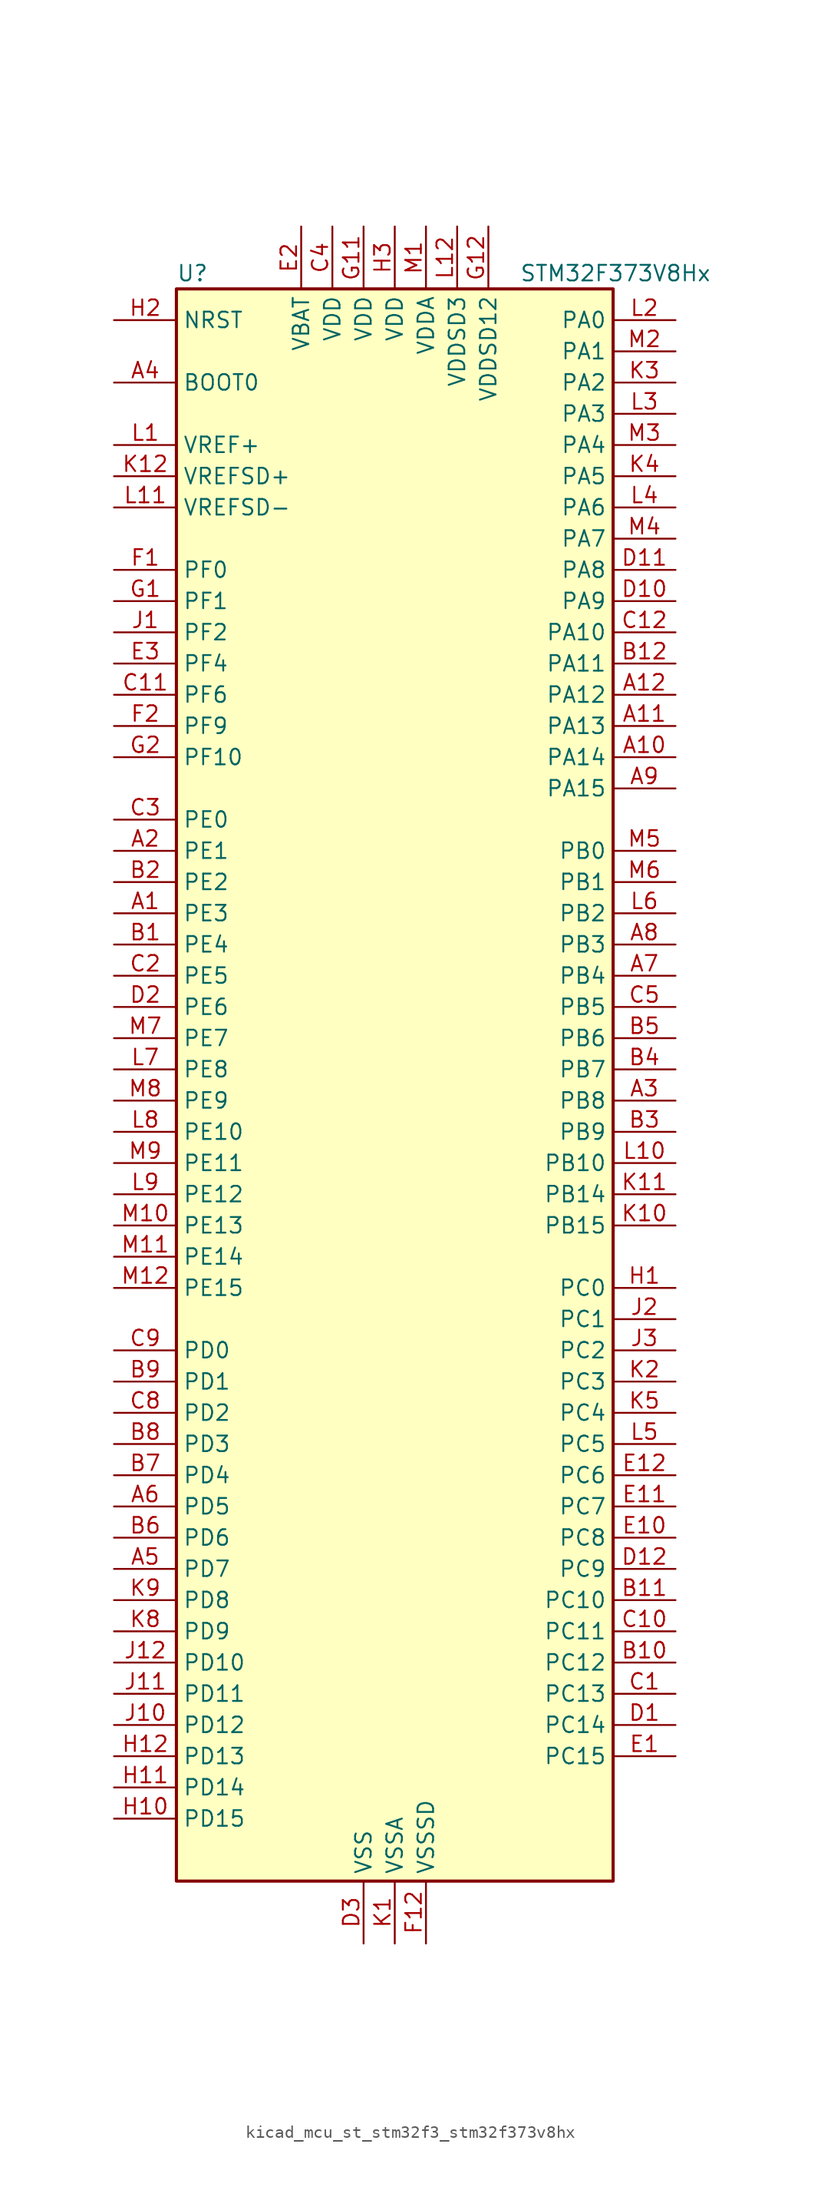
<source format=kicad_sym>
(kicad_symbol_lib
  (version 20220914)
  (generator kicad_symbol_editor)
  (symbol "kicad_mcu_st_stm32f3_stm32f373v8hx"
    (property "Reference" "U"
      (at -17.78 67.31 0)
      (effects (font (size 1.27 1.27)) (justify left)))
    (property "Value" "STM32F373V8Hx"
      (at 10.16 67.31 0)
      (effects (font (size 1.27 1.27)) (justify left)))
    (property "ki_locked" ""
      (at 0 0 0)
      (effects (font (size 1.27 1.27))))
    (symbol "kicad_mcu_st_stm32f3_stm32f373v8hx_0_1"
      (rectangle (start -17.78 -63.5) (end 17.78 66.04) (stroke (width 0.254) (type default)) (fill (type background))))
    (symbol "kicad_mcu_st_stm32f3_stm32f373v8hx_1_1"
      (pin bidirectional line (at -22.86 15.24 0) (length 5.08) (name "PE3" (effects (font (size 1.27 1.27)))) (number "A1" (effects (font (size 1.27 1.27)))) (alternate "SYS_TRACED0" bidirectional line) (alternate "TSC_G7_IO2" bidirectional line))
      (pin bidirectional line (at 22.86 27.94 180) (length 5.08) (name "PA14" (effects (font (size 1.27 1.27)))) (number "A10" (effects (font (size 1.27 1.27)))) (alternate "I2C1_SDA" bidirectional line) (alternate "SYS_JTCK-SWCLK" bidirectional line) (alternate "TIM12_CH1" bidirectional line) (alternate "TSC_G4_IO4" bidirectional line))
      (pin bidirectional line (at 22.86 30.48 180) (length 5.08) (name "PA13" (effects (font (size 1.27 1.27)))) (number "A11" (effects (font (size 1.27 1.27)))) (alternate "I2S1_MCK" bidirectional line) (alternate "IR_OUT" bidirectional line) (alternate "SPI1_MISO" bidirectional line) (alternate "SYS_JTMS-SWDIO" bidirectional line) (alternate "TIM16_CH1N" bidirectional line) (alternate "TIM4_CH3" bidirectional line) (alternate "TIM5_CH4" bidirectional line) (alternate "TSC_G4_IO3" bidirectional line) (alternate "USART3_CTS" bidirectional line))
      (pin bidirectional line (at 22.86 33.02 180) (length 5.08) (name "PA12" (effects (font (size 1.27 1.27)))) (number "A12" (effects (font (size 1.27 1.27)))) (alternate "CAN_TX" bidirectional line) (alternate "COMP2_OUT" bidirectional line) (alternate "I2S1_CK" bidirectional line) (alternate "SPI1_SCK" bidirectional line) (alternate "TIM16_CH1" bidirectional line) (alternate "TIM4_CH2" bidirectional line) (alternate "TIM5_CH3" bidirectional line) (alternate "USART1_DE" bidirectional line) (alternate "USART1_RTS" bidirectional line) (alternate "USB_DP" bidirectional line))
      (pin bidirectional line (at -22.86 20.32 0) (length 5.08) (name "PE1" (effects (font (size 1.27 1.27)))) (number "A2" (effects (font (size 1.27 1.27)))) (alternate "USART1_RX" bidirectional line))
      (pin bidirectional line (at 22.86 0 180) (length 5.08) (name "PB8" (effects (font (size 1.27 1.27)))) (number "A3" (effects (font (size 1.27 1.27)))) (alternate "CAN_RX" bidirectional line) (alternate "CEC" bidirectional line) (alternate "COMP1_OUT" bidirectional line) (alternate "I2C1_SCL" bidirectional line) (alternate "I2S2_CK" bidirectional line) (alternate "SPI2_SCK" bidirectional line) (alternate "TIM16_CH1" bidirectional line) (alternate "TIM19_CH3" bidirectional line) (alternate "TIM4_CH3" bidirectional line) (alternate "TSC_SYNC" bidirectional line) (alternate "USART3_TX" bidirectional line))
      (pin input line (at -22.86 58.42 0) (length 5.08) (name "BOOT0" (effects (font (size 1.27 1.27)))) (number "A4" (effects (font (size 1.27 1.27)))))
      (pin bidirectional line (at -22.86 -38.1 0) (length 5.08) (name "PD7" (effects (font (size 1.27 1.27)))) (number "A5" (effects (font (size 1.27 1.27)))) (alternate "I2S2_CK" bidirectional line) (alternate "SPI2_SCK" bidirectional line) (alternate "USART2_CK" bidirectional line))
      (pin bidirectional line (at -22.86 -33.02 0) (length 5.08) (name "PD5" (effects (font (size 1.27 1.27)))) (number "A6" (effects (font (size 1.27 1.27)))) (alternate "USART2_TX" bidirectional line))
      (pin bidirectional line (at 22.86 10.16 180) (length 5.08) (name "PB4" (effects (font (size 1.27 1.27)))) (number "A7" (effects (font (size 1.27 1.27)))) (alternate "I2S1_MCK" bidirectional line) (alternate "I2S3_MCK" bidirectional line) (alternate "SPI1_MISO" bidirectional line) (alternate "SPI3_MISO" bidirectional line) (alternate "SYS_NJTRST" bidirectional line) (alternate "TIM15_CH1N" bidirectional line) (alternate "TIM16_CH1" bidirectional line) (alternate "TIM17_BKIN" bidirectional line) (alternate "TIM3_CH1" bidirectional line) (alternate "TSC_G5_IO2" bidirectional line) (alternate "USART2_RX" bidirectional line))
      (pin bidirectional line (at 22.86 12.7 180) (length 5.08) (name "PB3" (effects (font (size 1.27 1.27)))) (number "A8" (effects (font (size 1.27 1.27)))) (alternate "I2S1_CK" bidirectional line) (alternate "I2S3_CK" bidirectional line) (alternate "SPI1_SCK" bidirectional line) (alternate "SPI3_SCK" bidirectional line) (alternate "SYS_JTDO-TRACESWO" bidirectional line) (alternate "TIM13_CH1" bidirectional line) (alternate "TIM2_CH2" bidirectional line) (alternate "TIM3_ETR" bidirectional line) (alternate "TIM4_ETR" bidirectional line) (alternate "TSC_G5_IO1" bidirectional line) (alternate "USART2_TX" bidirectional line))
      (pin bidirectional line (at 22.86 25.4 180) (length 5.08) (name "PA15" (effects (font (size 1.27 1.27)))) (number "A9" (effects (font (size 1.27 1.27)))) (alternate "ADC1_EXTI15" bidirectional line) (alternate "I2C1_SCL" bidirectional line) (alternate "I2S1_WS" bidirectional line) (alternate "I2S3_WS" bidirectional line) (alternate "SDADC1_EXTI15" bidirectional line) (alternate "SDADC2_EXTI15" bidirectional line) (alternate "SDADC3_EXTI15" bidirectional line) (alternate "SPI1_NSS" bidirectional line) (alternate "SPI3_NSS" bidirectional line) (alternate "SYS_JTDI" bidirectional line) (alternate "TIM12_CH2" bidirectional line) (alternate "TIM2_CH1" bidirectional line) (alternate "TIM2_ETR" bidirectional line) (alternate "TSC_SYNC" bidirectional line))
      (pin bidirectional line (at -22.86 12.7 0) (length 5.08) (name "PE4" (effects (font (size 1.27 1.27)))) (number "B1" (effects (font (size 1.27 1.27)))) (alternate "SYS_TRACED1" bidirectional line) (alternate "TSC_G7_IO3" bidirectional line))
      (pin bidirectional line (at 22.86 -45.72 180) (length 5.08) (name "PC12" (effects (font (size 1.27 1.27)))) (number "B10" (effects (font (size 1.27 1.27)))) (alternate "I2S3_SD" bidirectional line) (alternate "SPI3_MOSI" bidirectional line) (alternate "TIM19_CH3" bidirectional line) (alternate "USART3_CK" bidirectional line))
      (pin bidirectional line (at 22.86 -40.64 180) (length 5.08) (name "PC10" (effects (font (size 1.27 1.27)))) (number "B11" (effects (font (size 1.27 1.27)))) (alternate "I2S3_CK" bidirectional line) (alternate "SPI3_SCK" bidirectional line) (alternate "TIM19_CH1" bidirectional line) (alternate "USART3_TX" bidirectional line))
      (pin bidirectional line (at 22.86 35.56 180) (length 5.08) (name "PA11" (effects (font (size 1.27 1.27)))) (number "B12" (effects (font (size 1.27 1.27)))) (alternate "ADC1_EXTI11" bidirectional line) (alternate "CAN_RX" bidirectional line) (alternate "COMP1_OUT" bidirectional line) (alternate "I2S1_WS" bidirectional line) (alternate "I2S2_WS" bidirectional line) (alternate "SDADC1_EXTI11" bidirectional line) (alternate "SDADC2_EXTI11" bidirectional line) (alternate "SDADC3_EXTI11" bidirectional line) (alternate "SPI1_NSS" bidirectional line) (alternate "SPI2_NSS" bidirectional line) (alternate "TIM4_CH1" bidirectional line) (alternate "TIM5_CH2" bidirectional line) (alternate "USART1_CTS" bidirectional line) (alternate "USB_DM" bidirectional line))
      (pin bidirectional line (at -22.86 17.78 0) (length 5.08) (name "PE2" (effects (font (size 1.27 1.27)))) (number "B2" (effects (font (size 1.27 1.27)))) (alternate "SYS_TRACECK" bidirectional line) (alternate "TSC_G7_IO1" bidirectional line))
      (pin bidirectional line (at 22.86 -2.54 180) (length 5.08) (name "PB9" (effects (font (size 1.27 1.27)))) (number "B3" (effects (font (size 1.27 1.27)))) (alternate "CAN_TX" bidirectional line) (alternate "COMP2_OUT" bidirectional line) (alternate "DAC1_EXTI9" bidirectional line) (alternate "DAC2_EXTI9" bidirectional line) (alternate "I2C1_SDA" bidirectional line) (alternate "I2S2_WS" bidirectional line) (alternate "IR_OUT" bidirectional line) (alternate "SPI2_NSS" bidirectional line) (alternate "TIM17_CH1" bidirectional line) (alternate "TIM19_CH4" bidirectional line) (alternate "TIM4_CH4" bidirectional line) (alternate "USART3_RX" bidirectional line))
      (pin bidirectional line (at 22.86 2.54 180) (length 5.08) (name "PB7" (effects (font (size 1.27 1.27)))) (number "B4" (effects (font (size 1.27 1.27)))) (alternate "I2C1_SDA" bidirectional line) (alternate "TIM15_CH2" bidirectional line) (alternate "TIM17_CH1N" bidirectional line) (alternate "TIM19_CH2" bidirectional line) (alternate "TIM3_CH4" bidirectional line) (alternate "TIM4_CH2" bidirectional line) (alternate "TSC_G5_IO4" bidirectional line) (alternate "USART1_RX" bidirectional line))
      (pin bidirectional line (at 22.86 5.08 180) (length 5.08) (name "PB6" (effects (font (size 1.27 1.27)))) (number "B5" (effects (font (size 1.27 1.27)))) (alternate "I2C1_SCL" bidirectional line) (alternate "TIM15_CH1" bidirectional line) (alternate "TIM16_CH1N" bidirectional line) (alternate "TIM19_CH1" bidirectional line) (alternate "TIM3_CH3" bidirectional line) (alternate "TIM4_CH1" bidirectional line) (alternate "TSC_G5_IO3" bidirectional line) (alternate "USART1_TX" bidirectional line))
      (pin bidirectional line (at -22.86 -35.56 0) (length 5.08) (name "PD6" (effects (font (size 1.27 1.27)))) (number "B6" (effects (font (size 1.27 1.27)))) (alternate "I2S2_WS" bidirectional line) (alternate "SPI2_NSS" bidirectional line) (alternate "USART2_RX" bidirectional line))
      (pin bidirectional line (at -22.86 -30.48 0) (length 5.08) (name "PD4" (effects (font (size 1.27 1.27)))) (number "B7" (effects (font (size 1.27 1.27)))) (alternate "I2S2_SD" bidirectional line) (alternate "SPI2_MOSI" bidirectional line) (alternate "USART2_DE" bidirectional line) (alternate "USART2_RTS" bidirectional line))
      (pin bidirectional line (at -22.86 -27.94 0) (length 5.08) (name "PD3" (effects (font (size 1.27 1.27)))) (number "B8" (effects (font (size 1.27 1.27)))) (alternate "I2S2_MCK" bidirectional line) (alternate "SPI2_MISO" bidirectional line) (alternate "USART2_CTS" bidirectional line))
      (pin bidirectional line (at -22.86 -22.86 0) (length 5.08) (name "PD1" (effects (font (size 1.27 1.27)))) (number "B9" (effects (font (size 1.27 1.27)))) (alternate "CAN_TX" bidirectional line) (alternate "TIM19_ETR" bidirectional line))
      (pin bidirectional line (at 22.86 -48.26 180) (length 5.08) (name "PC13" (effects (font (size 1.27 1.27)))) (number "C1" (effects (font (size 1.27 1.27)))) (alternate "RTC_OUT_ALARM" bidirectional line) (alternate "RTC_OUT_CALIB" bidirectional line) (alternate "RTC_TAMP1" bidirectional line) (alternate "RTC_TS" bidirectional line) (alternate "SYS_WKUP2" bidirectional line))
      (pin bidirectional line (at 22.86 -43.18 180) (length 5.08) (name "PC11" (effects (font (size 1.27 1.27)))) (number "C10" (effects (font (size 1.27 1.27)))) (alternate "ADC1_EXTI11" bidirectional line) (alternate "I2S3_MCK" bidirectional line) (alternate "SDADC1_EXTI11" bidirectional line) (alternate "SDADC2_EXTI11" bidirectional line) (alternate "SDADC3_EXTI11" bidirectional line) (alternate "SPI3_MISO" bidirectional line) (alternate "TIM19_CH2" bidirectional line) (alternate "USART3_RX" bidirectional line))
      (pin bidirectional line (at -22.86 33.02 0) (length 5.08) (name "PF6" (effects (font (size 1.27 1.27)))) (number "C11" (effects (font (size 1.27 1.27)))) (alternate "I2C2_SCL" bidirectional line) (alternate "I2S1_SD" bidirectional line) (alternate "SPI1_MOSI" bidirectional line) (alternate "TIM4_CH4" bidirectional line) (alternate "USART3_DE" bidirectional line) (alternate "USART3_RTS" bidirectional line))
      (pin bidirectional line (at 22.86 38.1 180) (length 5.08) (name "PA10" (effects (font (size 1.27 1.27)))) (number "C12" (effects (font (size 1.27 1.27)))) (alternate "I2C2_SDA" bidirectional line) (alternate "I2S2_SD" bidirectional line) (alternate "SPI2_MOSI" bidirectional line) (alternate "TIM14_CH1" bidirectional line) (alternate "TIM17_BKIN" bidirectional line) (alternate "TIM2_CH4" bidirectional line) (alternate "TSC_G4_IO2" bidirectional line) (alternate "USART1_RX" bidirectional line))
      (pin bidirectional line (at -22.86 10.16 0) (length 5.08) (name "PE5" (effects (font (size 1.27 1.27)))) (number "C2" (effects (font (size 1.27 1.27)))) (alternate "SYS_TRACED2" bidirectional line) (alternate "TSC_G7_IO4" bidirectional line))
      (pin bidirectional line (at -22.86 22.86 0) (length 5.08) (name "PE0" (effects (font (size 1.27 1.27)))) (number "C3" (effects (font (size 1.27 1.27)))) (alternate "TIM4_ETR" bidirectional line) (alternate "USART1_TX" bidirectional line))
      (pin power_in line (at -5.08 71.12 270) (length 5.08) (name "VDD" (effects (font (size 1.27 1.27)))) (number "C4" (effects (font (size 1.27 1.27)))))
      (pin bidirectional line (at 22.86 7.62 180) (length 5.08) (name "PB5" (effects (font (size 1.27 1.27)))) (number "C5" (effects (font (size 1.27 1.27)))) (alternate "I2C1_SMBA" bidirectional line) (alternate "I2S1_SD" bidirectional line) (alternate "I2S3_SD" bidirectional line) (alternate "SPI1_MOSI" bidirectional line) (alternate "SPI3_MOSI" bidirectional line) (alternate "TIM16_BKIN" bidirectional line) (alternate "TIM17_CH1" bidirectional line) (alternate "TIM19_ETR" bidirectional line) (alternate "TIM3_CH2" bidirectional line) (alternate "USART2_CK" bidirectional line))
      (pin bidirectional line (at -22.86 -25.4 0) (length 5.08) (name "PD2" (effects (font (size 1.27 1.27)))) (number "C8" (effects (font (size 1.27 1.27)))) (alternate "TIM3_ETR" bidirectional line))
      (pin bidirectional line (at -22.86 -20.32 0) (length 5.08) (name "PD0" (effects (font (size 1.27 1.27)))) (number "C9" (effects (font (size 1.27 1.27)))) (alternate "CAN_RX" bidirectional line) (alternate "TIM19_CH4" bidirectional line))
      (pin bidirectional line (at 22.86 -50.8 180) (length 5.08) (name "PC14" (effects (font (size 1.27 1.27)))) (number "D1" (effects (font (size 1.27 1.27)))) (alternate "RCC_OSC32_IN" bidirectional line))
      (pin bidirectional line (at 22.86 40.64 180) (length 5.08) (name "PA9" (effects (font (size 1.27 1.27)))) (number "D10" (effects (font (size 1.27 1.27)))) (alternate "DAC1_EXTI9" bidirectional line) (alternate "DAC2_EXTI9" bidirectional line) (alternate "I2C2_SCL" bidirectional line) (alternate "I2S2_MCK" bidirectional line) (alternate "SPI2_MISO" bidirectional line) (alternate "TIM13_CH1" bidirectional line) (alternate "TIM15_BKIN" bidirectional line) (alternate "TIM2_CH3" bidirectional line) (alternate "TSC_G4_IO1" bidirectional line) (alternate "USART1_TX" bidirectional line))
      (pin bidirectional line (at 22.86 43.18 180) (length 5.08) (name "PA8" (effects (font (size 1.27 1.27)))) (number "D11" (effects (font (size 1.27 1.27)))) (alternate "I2C2_SMBA" bidirectional line) (alternate "I2S2_CK" bidirectional line) (alternate "RCC_MCO" bidirectional line) (alternate "SPI2_SCK" bidirectional line) (alternate "TIM4_ETR" bidirectional line) (alternate "TIM5_CH1" bidirectional line) (alternate "TIM5_ETR" bidirectional line) (alternate "USART1_CK" bidirectional line))
      (pin bidirectional line (at 22.86 -38.1 180) (length 5.08) (name "PC9" (effects (font (size 1.27 1.27)))) (number "D12" (effects (font (size 1.27 1.27)))) (alternate "DAC1_EXTI9" bidirectional line) (alternate "DAC2_EXTI9" bidirectional line) (alternate "I2S1_SD" bidirectional line) (alternate "SPI1_MOSI" bidirectional line) (alternate "TIM3_CH4" bidirectional line))
      (pin bidirectional line (at -22.86 7.62 0) (length 5.08) (name "PE6" (effects (font (size 1.27 1.27)))) (number "D2" (effects (font (size 1.27 1.27)))) (alternate "RTC_TAMP3" bidirectional line) (alternate "SYS_TRACED3" bidirectional line) (alternate "SYS_WKUP3" bidirectional line))
      (pin power_in line (at -2.54 -68.58 90) (length 5.08) (name "VSS" (effects (font (size 1.27 1.27)))) (number "D3" (effects (font (size 1.27 1.27)))))
      (pin bidirectional line (at 22.86 -53.34 180) (length 5.08) (name "PC15" (effects (font (size 1.27 1.27)))) (number "E1" (effects (font (size 1.27 1.27)))) (alternate "ADC1_EXTI15" bidirectional line) (alternate "RCC_OSC32_OUT" bidirectional line) (alternate "SDADC1_EXTI15" bidirectional line) (alternate "SDADC2_EXTI15" bidirectional line) (alternate "SDADC3_EXTI15" bidirectional line))
      (pin bidirectional line (at 22.86 -35.56 180) (length 5.08) (name "PC8" (effects (font (size 1.27 1.27)))) (number "E10" (effects (font (size 1.27 1.27)))) (alternate "I2S1_MCK" bidirectional line) (alternate "SPI1_MISO" bidirectional line) (alternate "TIM3_CH3" bidirectional line))
      (pin bidirectional line (at 22.86 -33.02 180) (length 5.08) (name "PC7" (effects (font (size 1.27 1.27)))) (number "E11" (effects (font (size 1.27 1.27)))) (alternate "I2S1_CK" bidirectional line) (alternate "SPI1_SCK" bidirectional line) (alternate "TIM3_CH2" bidirectional line))
      (pin bidirectional line (at 22.86 -30.48 180) (length 5.08) (name "PC6" (effects (font (size 1.27 1.27)))) (number "E12" (effects (font (size 1.27 1.27)))) (alternate "I2S1_WS" bidirectional line) (alternate "SPI1_NSS" bidirectional line) (alternate "TIM3_CH1" bidirectional line))
      (pin power_in line (at -7.62 71.12 270) (length 5.08) (name "VBAT" (effects (font (size 1.27 1.27)))) (number "E2" (effects (font (size 1.27 1.27)))))
      (pin bidirectional line (at -22.86 35.56 0) (length 5.08) (name "PF4" (effects (font (size 1.27 1.27)))) (number "E3" (effects (font (size 1.27 1.27)))))
      (pin bidirectional line (at -22.86 43.18 0) (length 5.08) (name "PF0" (effects (font (size 1.27 1.27)))) (number "F1" (effects (font (size 1.27 1.27)))) (alternate "I2C2_SDA" bidirectional line) (alternate "RCC_OSC_IN" bidirectional line))
      (pin passive line (at -2.54 -68.58 90) (length 5.08) hide (name "VSS" (effects (font (size 1.27 1.27)))) (number "F11" (effects (font (size 1.27 1.27)))))
      (pin power_in line (at 2.54 -68.58 90) (length 5.08) (name "VSSSD" (effects (font (size 1.27 1.27)))) (number "F12" (effects (font (size 1.27 1.27)))))
      (pin bidirectional line (at -22.86 30.48 0) (length 5.08) (name "PF9" (effects (font (size 1.27 1.27)))) (number "F2" (effects (font (size 1.27 1.27)))) (alternate "DAC1_EXTI9" bidirectional line) (alternate "DAC2_EXTI9" bidirectional line) (alternate "TIM14_CH1" bidirectional line))
      (pin bidirectional line (at -22.86 40.64 0) (length 5.08) (name "PF1" (effects (font (size 1.27 1.27)))) (number "G1" (effects (font (size 1.27 1.27)))) (alternate "I2C2_SCL" bidirectional line) (alternate "RCC_OSC_OUT" bidirectional line))
      (pin power_in line (at -2.54 71.12 270) (length 5.08) (name "VDD" (effects (font (size 1.27 1.27)))) (number "G11" (effects (font (size 1.27 1.27)))))
      (pin power_in line (at 7.62 71.12 270) (length 5.08) (name "VDDSD12" (effects (font (size 1.27 1.27)))) (number "G12" (effects (font (size 1.27 1.27)))))
      (pin bidirectional line (at -22.86 27.94 0) (length 5.08) (name "PF10" (effects (font (size 1.27 1.27)))) (number "G2" (effects (font (size 1.27 1.27)))))
      (pin bidirectional line (at 22.86 -15.24 180) (length 5.08) (name "PC0" (effects (font (size 1.27 1.27)))) (number "H1" (effects (font (size 1.27 1.27)))) (alternate "ADC1_IN10" bidirectional line) (alternate "TIM5_CH1" bidirectional line) (alternate "TIM5_ETR" bidirectional line))
      (pin bidirectional line (at -22.86 -58.42 0) (length 5.08) (name "PD15" (effects (font (size 1.27 1.27)))) (number "H10" (effects (font (size 1.27 1.27)))) (alternate "ADC1_EXTI15" bidirectional line) (alternate "SDADC1_EXTI15" bidirectional line) (alternate "SDADC2_EXTI15" bidirectional line) (alternate "SDADC3_AIN0M" bidirectional line) (alternate "SDADC3_EXTI15" bidirectional line) (alternate "TIM4_CH4" bidirectional line) (alternate "TSC_G8_IO4" bidirectional line))
      (pin bidirectional line (at -22.86 -55.88 0) (length 5.08) (name "PD14" (effects (font (size 1.27 1.27)))) (number "H11" (effects (font (size 1.27 1.27)))) (alternate "SDADC3_AIN0P" bidirectional line) (alternate "TIM4_CH3" bidirectional line) (alternate "TSC_G8_IO3" bidirectional line))
      (pin bidirectional line (at -22.86 -53.34 0) (length 5.08) (name "PD13" (effects (font (size 1.27 1.27)))) (number "H12" (effects (font (size 1.27 1.27)))) (alternate "SDADC3_AIN1P" bidirectional line) (alternate "SDADC3_AIN2M" bidirectional line) (alternate "TIM4_CH2" bidirectional line) (alternate "TSC_G8_IO2" bidirectional line))
      (pin input line (at -22.86 63.5 0) (length 5.08) (name "NRST" (effects (font (size 1.27 1.27)))) (number "H2" (effects (font (size 1.27 1.27)))))
      (pin power_in line (at 0 71.12 270) (length 5.08) (name "VDD" (effects (font (size 1.27 1.27)))) (number "H3" (effects (font (size 1.27 1.27)))))
      (pin bidirectional line (at -22.86 38.1 0) (length 5.08) (name "PF2" (effects (font (size 1.27 1.27)))) (number "J1" (effects (font (size 1.27 1.27)))) (alternate "I2C2_SMBA" bidirectional line))
      (pin bidirectional line (at -22.86 -50.8 0) (length 5.08) (name "PD12" (effects (font (size 1.27 1.27)))) (number "J10" (effects (font (size 1.27 1.27)))) (alternate "SDADC3_AIN2P" bidirectional line) (alternate "TIM4_CH1" bidirectional line) (alternate "TSC_G8_IO1" bidirectional line) (alternate "USART3_DE" bidirectional line) (alternate "USART3_RTS" bidirectional line))
      (pin bidirectional line (at -22.86 -48.26 0) (length 5.08) (name "PD11" (effects (font (size 1.27 1.27)))) (number "J11" (effects (font (size 1.27 1.27)))) (alternate "ADC1_EXTI11" bidirectional line) (alternate "SDADC1_EXTI11" bidirectional line) (alternate "SDADC2_EXTI11" bidirectional line) (alternate "SDADC3_AIN3P" bidirectional line) (alternate "SDADC3_AIN4M" bidirectional line) (alternate "SDADC3_EXTI11" bidirectional line) (alternate "USART3_CTS" bidirectional line))
      (pin bidirectional line (at -22.86 -45.72 0) (length 5.08) (name "PD10" (effects (font (size 1.27 1.27)))) (number "J12" (effects (font (size 1.27 1.27)))) (alternate "SDADC3_AIN4P" bidirectional line) (alternate "USART3_CK" bidirectional line))
      (pin bidirectional line (at 22.86 -17.78 180) (length 5.08) (name "PC1" (effects (font (size 1.27 1.27)))) (number "J2" (effects (font (size 1.27 1.27)))) (alternate "ADC1_IN11" bidirectional line) (alternate "TIM5_CH2" bidirectional line))
      (pin bidirectional line (at 22.86 -20.32 180) (length 5.08) (name "PC2" (effects (font (size 1.27 1.27)))) (number "J3" (effects (font (size 1.27 1.27)))) (alternate "ADC1_IN12" bidirectional line) (alternate "I2S2_MCK" bidirectional line) (alternate "SPI2_MISO" bidirectional line) (alternate "TIM5_CH3" bidirectional line))
      (pin power_in line (at 0 -68.58 90) (length 5.08) (name "VSSA" (effects (font (size 1.27 1.27)))) (number "K1" (effects (font (size 1.27 1.27)))))
      (pin bidirectional line (at 22.86 -10.16 180) (length 5.08) (name "PB15" (effects (font (size 1.27 1.27)))) (number "K10" (effects (font (size 1.27 1.27)))) (alternate "ADC1_EXTI15" bidirectional line) (alternate "I2S2_SD" bidirectional line) (alternate "RTC_REFIN" bidirectional line) (alternate "SDADC1_EXTI15" bidirectional line) (alternate "SDADC2_EXTI15" bidirectional line) (alternate "SDADC3_AIN7P" bidirectional line) (alternate "SDADC3_AIN8M" bidirectional line) (alternate "SDADC3_EXTI15" bidirectional line) (alternate "SPI2_MOSI" bidirectional line) (alternate "TIM12_CH2" bidirectional line) (alternate "TIM15_CH1N" bidirectional line) (alternate "TIM15_CH2" bidirectional line) (alternate "TSC_G6_IO2" bidirectional line))
      (pin bidirectional line (at 22.86 -7.62 180) (length 5.08) (name "PB14" (effects (font (size 1.27 1.27)))) (number "K11" (effects (font (size 1.27 1.27)))) (alternate "I2S2_MCK" bidirectional line) (alternate "SDADC3_AIN8P" bidirectional line) (alternate "SPI2_MISO" bidirectional line) (alternate "TIM12_CH1" bidirectional line) (alternate "TIM15_CH1" bidirectional line) (alternate "TSC_G6_IO1" bidirectional line) (alternate "USART3_DE" bidirectional line) (alternate "USART3_RTS" bidirectional line))
      (pin input line (at -22.86 50.8 0) (length 5.08) (name "VREFSD+" (effects (font (size 1.27 1.27)))) (number "K12" (effects (font (size 1.27 1.27)))))
      (pin bidirectional line (at 22.86 -22.86 180) (length 5.08) (name "PC3" (effects (font (size 1.27 1.27)))) (number "K2" (effects (font (size 1.27 1.27)))) (alternate "ADC1_IN13" bidirectional line) (alternate "I2S2_SD" bidirectional line) (alternate "SPI2_MOSI" bidirectional line) (alternate "TIM5_CH4" bidirectional line))
      (pin bidirectional line (at 22.86 58.42 180) (length 5.08) (name "PA2" (effects (font (size 1.27 1.27)))) (number "K3" (effects (font (size 1.27 1.27)))) (alternate "ADC1_IN2" bidirectional line) (alternate "COMP2_INM" bidirectional line) (alternate "COMP2_OUT" bidirectional line) (alternate "I2S3_MCK" bidirectional line) (alternate "SPI3_MISO" bidirectional line) (alternate "TIM15_CH1" bidirectional line) (alternate "TIM19_CH3" bidirectional line) (alternate "TIM2_CH3" bidirectional line) (alternate "TIM5_CH3" bidirectional line) (alternate "TSC_G1_IO3" bidirectional line) (alternate "USART2_TX" bidirectional line))
      (pin bidirectional line (at 22.86 50.8 180) (length 5.08) (name "PA5" (effects (font (size 1.27 1.27)))) (number "K4" (effects (font (size 1.27 1.27)))) (alternate "ADC1_IN5" bidirectional line) (alternate "CEC" bidirectional line) (alternate "DAC1_OUT2" bidirectional line) (alternate "I2S1_CK" bidirectional line) (alternate "SPI1_SCK" bidirectional line) (alternate "TIM12_CH2" bidirectional line) (alternate "TIM14_CH1" bidirectional line) (alternate "TIM2_CH1" bidirectional line) (alternate "TIM2_ETR" bidirectional line) (alternate "TSC_G2_IO2" bidirectional line))
      (pin bidirectional line (at 22.86 -25.4 180) (length 5.08) (name "PC4" (effects (font (size 1.27 1.27)))) (number "K5" (effects (font (size 1.27 1.27)))) (alternate "ADC1_IN14" bidirectional line) (alternate "TIM13_CH1" bidirectional line) (alternate "TSC_G3_IO1" bidirectional line) (alternate "USART1_TX" bidirectional line))
      (pin bidirectional line (at -22.86 -43.18 0) (length 5.08) (name "PD9" (effects (font (size 1.27 1.27)))) (number "K8" (effects (font (size 1.27 1.27)))) (alternate "DAC1_EXTI9" bidirectional line) (alternate "DAC2_EXTI9" bidirectional line) (alternate "SDADC3_AIN5P" bidirectional line) (alternate "SDADC3_AIN6M" bidirectional line) (alternate "TSC_G6_IO4" bidirectional line) (alternate "USART3_RX" bidirectional line))
      (pin bidirectional line (at -22.86 -40.64 0) (length 5.08) (name "PD8" (effects (font (size 1.27 1.27)))) (number "K9" (effects (font (size 1.27 1.27)))) (alternate "I2S2_CK" bidirectional line) (alternate "SDADC3_AIN6P" bidirectional line) (alternate "SPI2_SCK" bidirectional line) (alternate "TSC_G6_IO3" bidirectional line) (alternate "USART3_TX" bidirectional line))
      (pin input line (at -22.86 53.34 0) (length 5.08) (name "VREF+" (effects (font (size 1.27 1.27)))) (number "L1" (effects (font (size 1.27 1.27)))))
      (pin bidirectional line (at 22.86 -5.08 180) (length 5.08) (name "PB10" (effects (font (size 1.27 1.27)))) (number "L10" (effects (font (size 1.27 1.27)))) (alternate "CEC" bidirectional line) (alternate "I2S2_CK" bidirectional line) (alternate "SDADC2_AIN0M" bidirectional line) (alternate "SPI2_SCK" bidirectional line) (alternate "TIM2_CH3" bidirectional line) (alternate "TSC_SYNC" bidirectional line) (alternate "USART3_TX" bidirectional line))
      (pin input line (at -22.86 48.26 0) (length 5.08) (name "VREFSD-" (effects (font (size 1.27 1.27)))) (number "L11" (effects (font (size 1.27 1.27)))))
      (pin power_in line (at 5.08 71.12 270) (length 5.08) (name "VDDSD3" (effects (font (size 1.27 1.27)))) (number "L12" (effects (font (size 1.27 1.27)))))
      (pin bidirectional line (at 22.86 63.5 180) (length 5.08) (name "PA0" (effects (font (size 1.27 1.27)))) (number "L2" (effects (font (size 1.27 1.27)))) (alternate "ADC1_IN0" bidirectional line) (alternate "COMP1_INM" bidirectional line) (alternate "COMP1_OUT" bidirectional line) (alternate "RTC_TAMP2" bidirectional line) (alternate "SYS_WKUP1" bidirectional line) (alternate "TIM19_CH1" bidirectional line) (alternate "TIM2_CH1" bidirectional line) (alternate "TIM2_ETR" bidirectional line) (alternate "TIM5_CH1" bidirectional line) (alternate "TIM5_ETR" bidirectional line) (alternate "TSC_G1_IO1" bidirectional line) (alternate "USART2_CTS" bidirectional line))
      (pin bidirectional line (at 22.86 55.88 180) (length 5.08) (name "PA3" (effects (font (size 1.27 1.27)))) (number "L3" (effects (font (size 1.27 1.27)))) (alternate "ADC1_IN3" bidirectional line) (alternate "COMP2_INP" bidirectional line) (alternate "I2S3_SD" bidirectional line) (alternate "SPI3_MOSI" bidirectional line) (alternate "TIM15_CH2" bidirectional line) (alternate "TIM19_CH4" bidirectional line) (alternate "TIM2_CH4" bidirectional line) (alternate "TIM5_CH4" bidirectional line) (alternate "TSC_G1_IO4" bidirectional line) (alternate "USART2_RX" bidirectional line))
      (pin bidirectional line (at 22.86 48.26 180) (length 5.08) (name "PA6" (effects (font (size 1.27 1.27)))) (number "L4" (effects (font (size 1.27 1.27)))) (alternate "ADC1_IN6" bidirectional line) (alternate "COMP1_OUT" bidirectional line) (alternate "DAC2_OUT1" bidirectional line) (alternate "I2S1_MCK" bidirectional line) (alternate "SPI1_MISO" bidirectional line) (alternate "TIM13_CH1" bidirectional line) (alternate "TIM16_CH1" bidirectional line) (alternate "TIM3_CH1" bidirectional line) (alternate "TSC_G2_IO3" bidirectional line))
      (pin bidirectional line (at 22.86 -27.94 180) (length 5.08) (name "PC5" (effects (font (size 1.27 1.27)))) (number "L5" (effects (font (size 1.27 1.27)))) (alternate "ADC1_IN15" bidirectional line) (alternate "TSC_G3_IO2" bidirectional line) (alternate "USART1_RX" bidirectional line))
      (pin bidirectional line (at 22.86 15.24 180) (length 5.08) (name "PB2" (effects (font (size 1.27 1.27)))) (number "L6" (effects (font (size 1.27 1.27)))) (alternate "SDADC1_AIN4P" bidirectional line) (alternate "SDADC2_AIN6P" bidirectional line))
      (pin bidirectional line (at -22.86 2.54 0) (length 5.08) (name "PE8" (effects (font (size 1.27 1.27)))) (number "L7" (effects (font (size 1.27 1.27)))) (alternate "SDADC1_AIN8P" bidirectional line) (alternate "SDADC2_AIN8P" bidirectional line))
      (pin bidirectional line (at -22.86 -2.54 0) (length 5.08) (name "PE10" (effects (font (size 1.27 1.27)))) (number "L8" (effects (font (size 1.27 1.27)))) (alternate "SDADC1_AIN2P" bidirectional line))
      (pin bidirectional line (at -22.86 -7.62 0) (length 5.08) (name "PE12" (effects (font (size 1.27 1.27)))) (number "L9" (effects (font (size 1.27 1.27)))) (alternate "SDADC1_AIN0P" bidirectional line) (alternate "SDADC2_AIN3P" bidirectional line) (alternate "SDADC2_AIN4M" bidirectional line))
      (pin power_in line (at 2.54 71.12 270) (length 5.08) (name "VDDA" (effects (font (size 1.27 1.27)))) (number "M1" (effects (font (size 1.27 1.27)))))
      (pin bidirectional line (at -22.86 -10.16 0) (length 5.08) (name "PE13" (effects (font (size 1.27 1.27)))) (number "M10" (effects (font (size 1.27 1.27)))) (alternate "SDADC1_AIN0M" bidirectional line) (alternate "SDADC2_AIN2P" bidirectional line))
      (pin bidirectional line (at -22.86 -12.7 0) (length 5.08) (name "PE14" (effects (font (size 1.27 1.27)))) (number "M11" (effects (font (size 1.27 1.27)))) (alternate "SDADC2_AIN1P" bidirectional line) (alternate "SDADC2_AIN2M" bidirectional line))
      (pin bidirectional line (at -22.86 -15.24 0) (length 5.08) (name "PE15" (effects (font (size 1.27 1.27)))) (number "M12" (effects (font (size 1.27 1.27)))) (alternate "ADC1_EXTI15" bidirectional line) (alternate "SDADC1_EXTI15" bidirectional line) (alternate "SDADC2_AIN0P" bidirectional line) (alternate "SDADC2_EXTI15" bidirectional line) (alternate "SDADC3_EXTI15" bidirectional line) (alternate "USART3_RX" bidirectional line))
      (pin bidirectional line (at 22.86 60.96 180) (length 5.08) (name "PA1" (effects (font (size 1.27 1.27)))) (number "M2" (effects (font (size 1.27 1.27)))) (alternate "ADC1_IN1" bidirectional line) (alternate "COMP1_INP" bidirectional line) (alternate "I2S3_CK" bidirectional line) (alternate "RTC_REFIN" bidirectional line) (alternate "SPI3_SCK" bidirectional line) (alternate "TIM15_CH1N" bidirectional line) (alternate "TIM19_CH2" bidirectional line) (alternate "TIM2_CH2" bidirectional line) (alternate "TIM5_CH2" bidirectional line) (alternate "TSC_G1_IO2" bidirectional line) (alternate "USART2_DE" bidirectional line) (alternate "USART2_RTS" bidirectional line))
      (pin bidirectional line (at 22.86 53.34 180) (length 5.08) (name "PA4" (effects (font (size 1.27 1.27)))) (number "M3" (effects (font (size 1.27 1.27)))) (alternate "ADC1_IN4" bidirectional line) (alternate "DAC1_OUT1" bidirectional line) (alternate "I2S1_WS" bidirectional line) (alternate "I2S3_WS" bidirectional line) (alternate "SPI1_NSS" bidirectional line) (alternate "SPI3_NSS" bidirectional line) (alternate "TIM12_CH1" bidirectional line) (alternate "TIM3_CH2" bidirectional line) (alternate "TSC_G2_IO1" bidirectional line) (alternate "USART2_CK" bidirectional line))
      (pin bidirectional line (at 22.86 45.72 180) (length 5.08) (name "PA7" (effects (font (size 1.27 1.27)))) (number "M4" (effects (font (size 1.27 1.27)))) (alternate "ADC1_IN7" bidirectional line) (alternate "COMP2_OUT" bidirectional line) (alternate "I2S1_SD" bidirectional line) (alternate "SPI1_MOSI" bidirectional line) (alternate "TIM14_CH1" bidirectional line) (alternate "TIM17_CH1" bidirectional line) (alternate "TIM3_CH2" bidirectional line) (alternate "TSC_G2_IO4" bidirectional line))
      (pin bidirectional line (at 22.86 20.32 180) (length 5.08) (name "PB0" (effects (font (size 1.27 1.27)))) (number "M5" (effects (font (size 1.27 1.27)))) (alternate "ADC1_IN8" bidirectional line) (alternate "I2S1_SD" bidirectional line) (alternate "SDADC1_AIN6P" bidirectional line) (alternate "SPI1_MOSI" bidirectional line) (alternate "TIM3_CH2" bidirectional line) (alternate "TIM3_CH3" bidirectional line) (alternate "TSC_G3_IO3" bidirectional line))
      (pin bidirectional line (at 22.86 17.78 180) (length 5.08) (name "PB1" (effects (font (size 1.27 1.27)))) (number "M6" (effects (font (size 1.27 1.27)))) (alternate "ADC1_IN9" bidirectional line) (alternate "SDADC1_AIN5P" bidirectional line) (alternate "SDADC1_AIN6M" bidirectional line) (alternate "TIM3_CH4" bidirectional line) (alternate "TSC_G3_IO4" bidirectional line))
      (pin bidirectional line (at -22.86 5.08 0) (length 5.08) (name "PE7" (effects (font (size 1.27 1.27)))) (number "M7" (effects (font (size 1.27 1.27)))) (alternate "SDADC1_AIN3P" bidirectional line) (alternate "SDADC1_AIN4M" bidirectional line) (alternate "SDADC2_AIN5P" bidirectional line) (alternate "SDADC2_AIN6M" bidirectional line))
      (pin bidirectional line (at -22.86 0 0) (length 5.08) (name "PE9" (effects (font (size 1.27 1.27)))) (number "M8" (effects (font (size 1.27 1.27)))) (alternate "DAC1_EXTI9" bidirectional line) (alternate "DAC2_EXTI9" bidirectional line) (alternate "SDADC1_AIN7P" bidirectional line) (alternate "SDADC1_AIN8M" bidirectional line) (alternate "SDADC2_AIN7P" bidirectional line) (alternate "SDADC2_AIN8M" bidirectional line))
      (pin bidirectional line (at -22.86 -5.08 0) (length 5.08) (name "PE11" (effects (font (size 1.27 1.27)))) (number "M9" (effects (font (size 1.27 1.27)))) (alternate "ADC1_EXTI11" bidirectional line) (alternate "SDADC1_AIN1P" bidirectional line) (alternate "SDADC1_AIN2M" bidirectional line) (alternate "SDADC1_EXTI11" bidirectional line) (alternate "SDADC2_AIN4P" bidirectional line) (alternate "SDADC2_EXTI11" bidirectional line) (alternate "SDADC3_EXTI11" bidirectional line)))))
</source>
